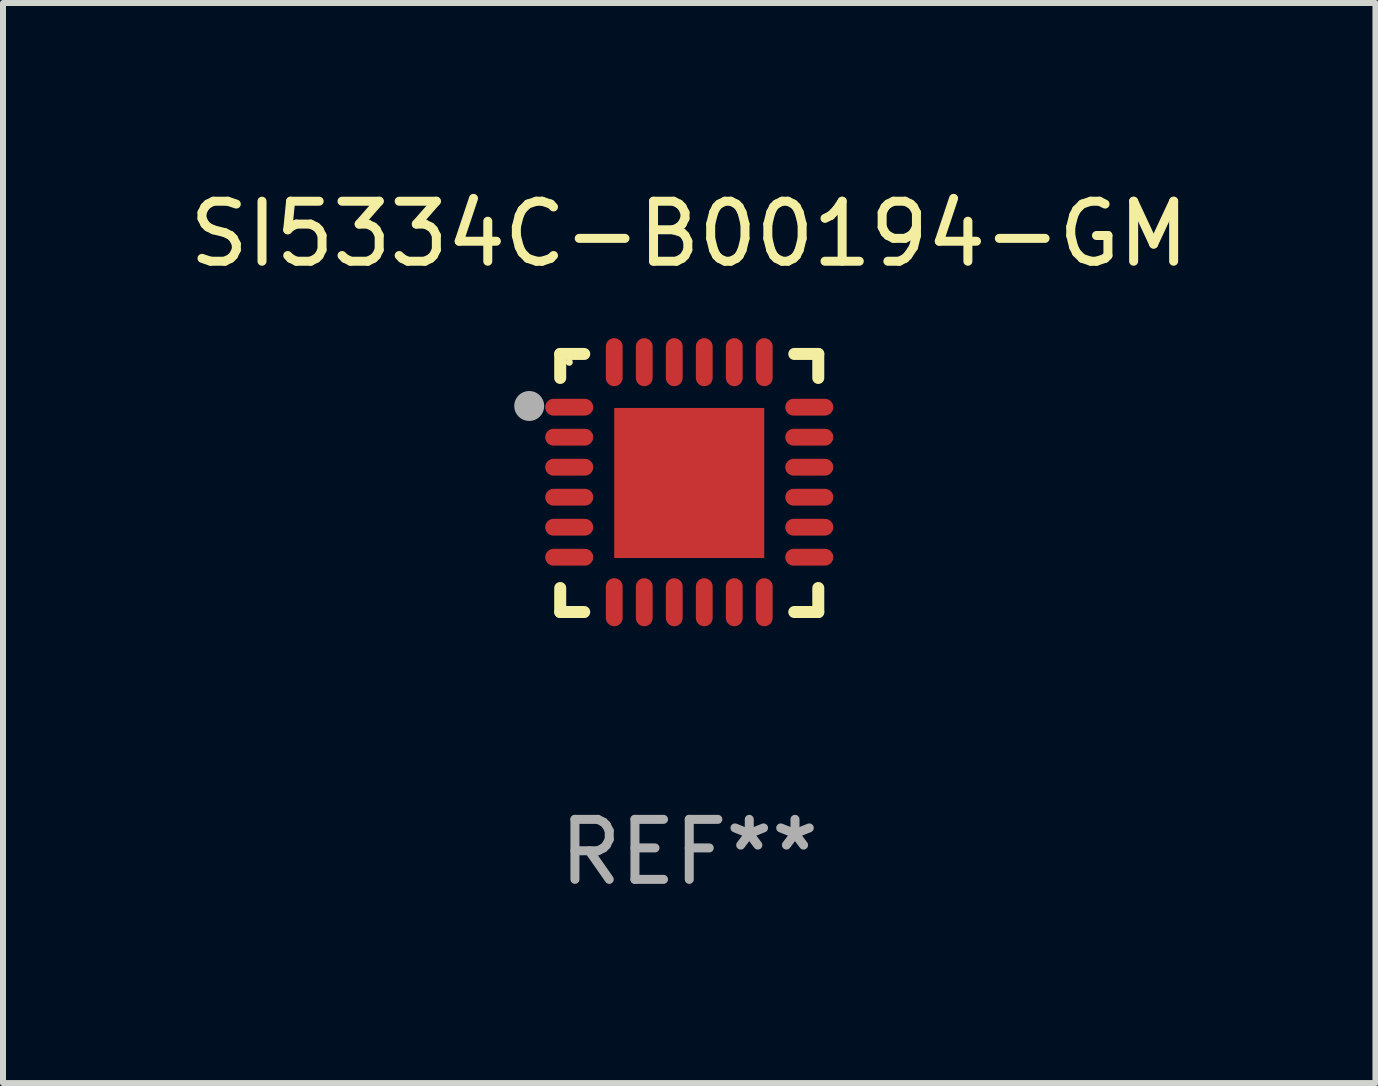
<source format=kicad_pcb>
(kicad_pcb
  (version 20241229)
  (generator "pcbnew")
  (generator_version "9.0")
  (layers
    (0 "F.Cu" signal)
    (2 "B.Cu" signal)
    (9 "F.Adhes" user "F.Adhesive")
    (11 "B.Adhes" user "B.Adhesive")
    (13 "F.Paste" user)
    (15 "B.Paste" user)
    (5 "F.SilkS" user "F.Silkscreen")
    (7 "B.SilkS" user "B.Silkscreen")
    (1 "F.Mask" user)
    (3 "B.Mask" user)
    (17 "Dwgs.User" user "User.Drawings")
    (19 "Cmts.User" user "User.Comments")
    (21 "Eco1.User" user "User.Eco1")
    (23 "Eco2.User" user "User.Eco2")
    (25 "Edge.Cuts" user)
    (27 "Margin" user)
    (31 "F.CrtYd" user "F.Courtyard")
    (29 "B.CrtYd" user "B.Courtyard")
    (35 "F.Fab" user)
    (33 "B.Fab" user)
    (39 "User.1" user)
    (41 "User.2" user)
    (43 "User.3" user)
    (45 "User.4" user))
  (footprint "SI5334C-B00194-GM"
    (layer "F.Cu")
    (at 8.435 4.998)
    (property "Reference" "SI5334C-B00194-GM" (at 0 -4.15 0) (layer "F.SilkS") (effects (font (size 1 1) (thickness 0.15))))
    (attr through_hole)
    (fp_line (start -2.15 -2.15) (end -1.75 -2.15) (stroke (width 0.2) (type solid)) (layer "F.SilkS"))
    (fp_line (start -2.15 -1.75) (end -2.15 -2.15) (stroke (width 0.2) (type solid)) (layer "F.SilkS"))
    (fp_line (start -2.15 2.15) (end -2.15 1.75) (stroke (width 0.2) (type solid)) (layer "F.SilkS"))
    (fp_line (start -1.75 2.15) (end -2.15 2.15) (stroke (width 0.2) (type solid)) (layer "F.SilkS"))
    (fp_line (start 1.75 -2.15) (end 2.15 -2.15) (stroke (width 0.2) (type solid)) (layer "F.SilkS"))
    (fp_line (start 1.75 2.15) (end 2.15 2.15) (stroke (width 0.2) (type solid)) (layer "F.SilkS"))
    (fp_line (start 2.15 -2.15) (end 2.15 -1.75) (stroke (width 0.2) (type solid)) (layer "F.SilkS"))
    (fp_line (start 2.15 2.15) (end 2.15 1.75) (stroke (width 0.2) (type solid)) (layer "F.SilkS"))
    (fp_circle (center -2 -2.013) (end -1.97 -2.013) (stroke (width 0.06) (type solid)) (fill no) (layer "F.SilkS"))
    (fp_circle (center -2.667 -1.283) (end -2.542 -1.283) (stroke (width 0.25) (type solid)) (fill no) (layer "F.Fab"))
    (fp_text user "REF**" (at 0 6.15 0) (layer "F.Fab") (effects (font (size 1 1) (thickness 0.15))))
    (pad "1" smd oval (at -2 -1.263) (size 0.8 0.28) (layers "F.Cu" "F.Mask" "F.Paste"))
    (pad "2" smd oval (at -2 -0.763) (size 0.8 0.28) (layers "F.Cu" "F.Mask" "F.Paste"))
    (pad "3" smd oval (at -2 -0.263) (size 0.8 0.28) (layers "F.Cu" "F.Mask" "F.Paste"))
    (pad "4" smd oval (at -2 0.237) (size 0.8 0.28) (layers "F.Cu" "F.Mask" "F.Paste"))
    (pad "5" smd oval (at -2 0.737) (size 0.8 0.28) (layers "F.Cu" "F.Mask" "F.Paste"))
    (pad "6" smd oval (at -2 1.237) (size 0.8 0.28) (layers "F.Cu" "F.Mask" "F.Paste"))
    (pad "7" smd oval (at -1.25 1.987) (size 0.28 0.8) (layers "F.Cu" "F.Mask" "F.Paste"))
    (pad "8" smd oval (at -0.75 1.987) (size 0.28 0.8) (layers "F.Cu" "F.Mask" "F.Paste"))
    (pad "9" smd oval (at -0.25 1.987) (size 0.28 0.8) (layers "F.Cu" "F.Mask" "F.Paste"))
    (pad "10" smd oval (at 0.25 1.987) (size 0.28 0.8) (layers "F.Cu" "F.Mask" "F.Paste"))
    (pad "11" smd oval (at 0.75 1.987) (size 0.28 0.8) (layers "F.Cu" "F.Mask" "F.Paste"))
    (pad "12" smd oval (at 1.25 1.987) (size 0.28 0.8) (layers "F.Cu" "F.Mask" "F.Paste"))
    (pad "13" smd oval (at 2 1.237) (size 0.8 0.28) (layers "F.Cu" "F.Mask" "F.Paste"))
    (pad "14" smd oval (at 2 0.737) (size 0.8 0.28) (layers "F.Cu" "F.Mask" "F.Paste"))
    (pad "15" smd oval (at 2 0.237) (size 0.8 0.28) (layers "F.Cu" "F.Mask" "F.Paste"))
    (pad "16" smd oval (at 2 -0.263) (size 0.8 0.28) (layers "F.Cu" "F.Mask" "F.Paste"))
    (pad "17" smd oval (at 2 -0.763) (size 0.8 0.28) (layers "F.Cu" "F.Mask" "F.Paste"))
    (pad "18" smd oval (at 2 -1.263) (size 0.8 0.28) (layers "F.Cu" "F.Mask" "F.Paste"))
    (pad "19" smd oval (at 1.25 -2.013) (size 0.28 0.8) (layers "F.Cu" "F.Mask" "F.Paste"))
    (pad "20" smd oval (at 0.75 -2.013) (size 0.28 0.8) (layers "F.Cu" "F.Mask" "F.Paste"))
    (pad "21" smd oval (at 0.25 -2.013) (size 0.28 0.8) (layers "F.Cu" "F.Mask" "F.Paste"))
    (pad "22" smd oval (at -0.25 -2.013) (size 0.28 0.8) (layers "F.Cu" "F.Mask" "F.Paste"))
    (pad "23" smd oval (at -0.75 -2.013) (size 0.28 0.8) (layers "F.Cu" "F.Mask" "F.Paste"))
    (pad "24" smd oval (at -1.25 -2.013) (size 0.28 0.8) (layers "F.Cu" "F.Mask" "F.Paste"))
    (pad "25" smd rect (at -0.000127 -0.00014) (size 2.5 2.5) (layers "F.Cu" "F.Mask" "F.Paste")))
  (gr_rect
    (start -3 -3)
    (end 19.869 14.997)
    (stroke (width 0.1) (type default))
    (fill no)
    (layer "Edge.Cuts")))
</source>
